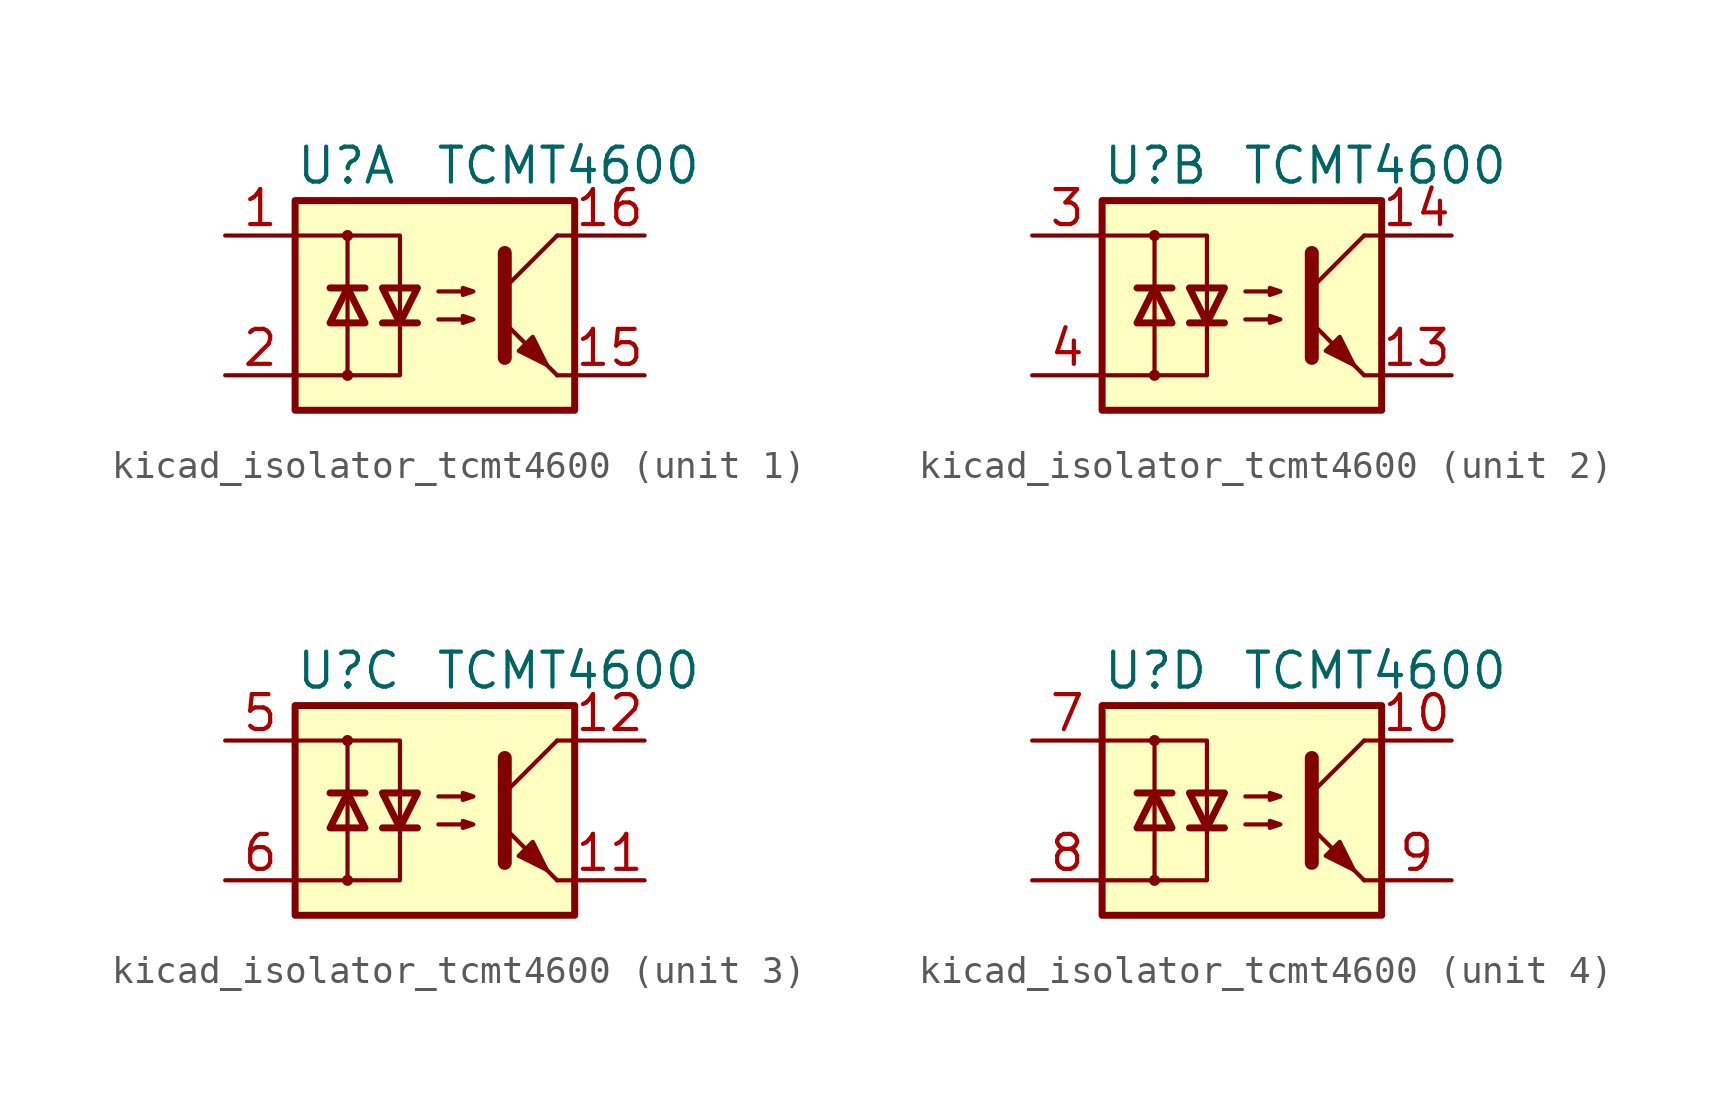
<source format=kicad_sym>
(kicad_symbol_lib
  (version 20220914)
  (generator kicad_symbol_editor)
  (symbol "kicad_isolator_tcmt4600"
    (pin_names
      (offset 1.016))
    (property "Reference" "U"
      (at -5.08 5.08 0)
      (effects (font (size 1.27 1.27)) (justify left)))
    (property "Value" "TCMT4600"
      (at 0 5.08 0)
      (effects (font (size 1.27 1.27)) (justify left)))
    (symbol "kicad_isolator_tcmt4600_0_1"
      (rectangle (start -5.08 3.81) (end 5.08 -3.81) (stroke (width 0.254) (type default)) (fill (type background)))
      (circle (center -3.175 -2.54) (radius 0.127) (stroke (width 0) (type default)) (fill (type none)))
      (circle (center -3.175 2.54) (radius 0.127) (stroke (width 0) (type default)) (fill (type none)))
      (polyline (pts (xy -3.81 0.635) (xy -2.54 0.635)) (stroke (width 0.254) (type default)) (fill (type none)))
      (polyline (pts (xy -3.175 -0.635) (xy -3.175 -2.54)) (stroke (width 0) (type default)) (fill (type none)))
      (polyline (pts (xy -3.175 -0.635) (xy -3.175 2.54)) (stroke (width 0) (type default)) (fill (type none)))
      (polyline (pts (xy -1.905 -0.635) (xy -0.635 -0.635)) (stroke (width 0.254) (type default)) (fill (type none)))
      (polyline (pts (xy 2.54 0.635) (xy 4.445 2.54)) (stroke (width 0) (type default)) (fill (type none)))
      (polyline (pts (xy 4.445 -2.54) (xy 2.54 -0.635)) (stroke (width 0) (type default)) (fill (type outline)))
      (polyline (pts (xy 4.445 -2.54) (xy 5.08 -2.54)) (stroke (width 0) (type default)) (fill (type none)))
      (polyline (pts (xy 4.445 2.54) (xy 5.08 2.54)) (stroke (width 0) (type default)) (fill (type none)))
      (polyline (pts (xy -5.08 2.54) (xy -1.27 2.54) (xy -1.27 -0.635)) (stroke (width 0) (type default)) (fill (type none)))
      (polyline (pts (xy -1.27 -0.635) (xy -1.27 -2.54) (xy -5.08 -2.54)) (stroke (width 0) (type default)) (fill (type none)))
      (polyline (pts (xy 2.54 1.905) (xy 2.54 -1.905) (xy 2.54 -1.905)) (stroke (width 0.508) (type default)) (fill (type none)))
      (polyline (pts (xy -3.175 0.635) (xy -3.81 -0.635) (xy -2.54 -0.635) (xy -3.175 0.635)) (stroke (width 0.254) (type default)) (fill (type none)))
      (polyline (pts (xy -1.27 -0.635) (xy -1.905 0.635) (xy -0.635 0.635) (xy -1.27 -0.635)) (stroke (width 0.254) (type default)) (fill (type none)))
      (polyline (pts (xy 0.127 -0.508) (xy 1.397 -0.508) (xy 1.016 -0.635) (xy 1.016 -0.381) (xy 1.397 -0.508)) (stroke (width 0) (type default)) (fill (type none)))
      (polyline (pts (xy 0.127 0.508) (xy 1.397 0.508) (xy 1.016 0.381) (xy 1.016 0.635) (xy 1.397 0.508)) (stroke (width 0) (type default)) (fill (type none)))
      (polyline (pts (xy 3.048 -1.651) (xy 3.556 -1.143) (xy 4.064 -2.159) (xy 3.048 -1.651) (xy 3.048 -1.651)) (stroke (width 0) (type default)) (fill (type outline))))
    (symbol "kicad_isolator_tcmt4600_1_1"
      (pin passive line (at -7.62 2.54 0) (length 2.54) (name "~" (effects (font (size 1.27 1.27)))) (number "1" (effects (font (size 1.27 1.27)))))
      (pin passive line (at 7.62 -2.54 180) (length 2.54) (name "~" (effects (font (size 1.27 1.27)))) (number "15" (effects (font (size 1.27 1.27)))))
      (pin passive line (at 7.62 2.54 180) (length 2.54) (name "~" (effects (font (size 1.27 1.27)))) (number "16" (effects (font (size 1.27 1.27)))))
      (pin passive line (at -7.62 -2.54 0) (length 2.54) (name "~" (effects (font (size 1.27 1.27)))) (number "2" (effects (font (size 1.27 1.27))))))
    (symbol "kicad_isolator_tcmt4600_2_1"
      (pin passive line (at 7.62 -2.54 180) (length 2.54) (name "~" (effects (font (size 1.27 1.27)))) (number "13" (effects (font (size 1.27 1.27)))))
      (pin passive line (at 7.62 2.54 180) (length 2.54) (name "~" (effects (font (size 1.27 1.27)))) (number "14" (effects (font (size 1.27 1.27)))))
      (pin passive line (at -7.62 2.54 0) (length 2.54) (name "~" (effects (font (size 1.27 1.27)))) (number "3" (effects (font (size 1.27 1.27)))))
      (pin passive line (at -7.62 -2.54 0) (length 2.54) (name "~" (effects (font (size 1.27 1.27)))) (number "4" (effects (font (size 1.27 1.27))))))
    (symbol "kicad_isolator_tcmt4600_3_1"
      (pin passive line (at 7.62 -2.54 180) (length 2.54) (name "~" (effects (font (size 1.27 1.27)))) (number "11" (effects (font (size 1.27 1.27)))))
      (pin passive line (at 7.62 2.54 180) (length 2.54) (name "~" (effects (font (size 1.27 1.27)))) (number "12" (effects (font (size 1.27 1.27)))))
      (pin passive line (at -7.62 2.54 0) (length 2.54) (name "~" (effects (font (size 1.27 1.27)))) (number "5" (effects (font (size 1.27 1.27)))))
      (pin passive line (at -7.62 -2.54 0) (length 2.54) (name "~" (effects (font (size 1.27 1.27)))) (number "6" (effects (font (size 1.27 1.27))))))
    (symbol "kicad_isolator_tcmt4600_4_1"
      (pin passive line (at 7.62 2.54 180) (length 2.54) (name "~" (effects (font (size 1.27 1.27)))) (number "10" (effects (font (size 1.27 1.27)))))
      (pin passive line (at -7.62 2.54 0) (length 2.54) (name "~" (effects (font (size 1.27 1.27)))) (number "7" (effects (font (size 1.27 1.27)))))
      (pin passive line (at -7.62 -2.54 0) (length 2.54) (name "~" (effects (font (size 1.27 1.27)))) (number "8" (effects (font (size 1.27 1.27)))))
      (pin passive line (at 7.62 -2.54 180) (length 2.54) (name "~" (effects (font (size 1.27 1.27)))) (number "9" (effects (font (size 1.27 1.27))))))))
</source>
